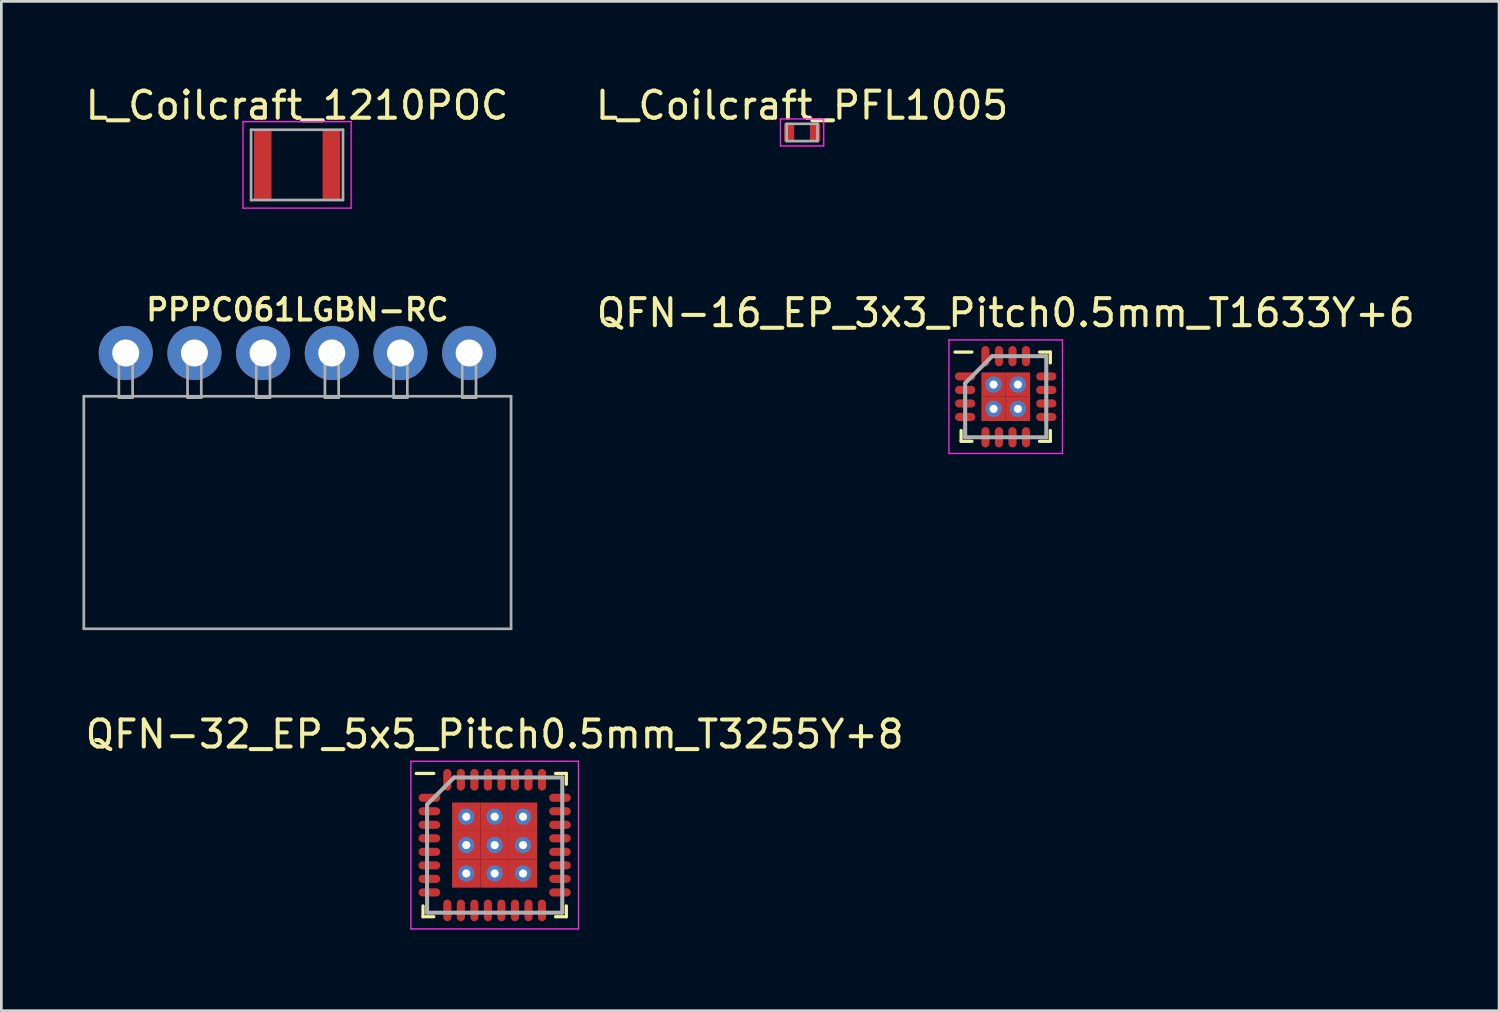
<source format=kicad_pcb>
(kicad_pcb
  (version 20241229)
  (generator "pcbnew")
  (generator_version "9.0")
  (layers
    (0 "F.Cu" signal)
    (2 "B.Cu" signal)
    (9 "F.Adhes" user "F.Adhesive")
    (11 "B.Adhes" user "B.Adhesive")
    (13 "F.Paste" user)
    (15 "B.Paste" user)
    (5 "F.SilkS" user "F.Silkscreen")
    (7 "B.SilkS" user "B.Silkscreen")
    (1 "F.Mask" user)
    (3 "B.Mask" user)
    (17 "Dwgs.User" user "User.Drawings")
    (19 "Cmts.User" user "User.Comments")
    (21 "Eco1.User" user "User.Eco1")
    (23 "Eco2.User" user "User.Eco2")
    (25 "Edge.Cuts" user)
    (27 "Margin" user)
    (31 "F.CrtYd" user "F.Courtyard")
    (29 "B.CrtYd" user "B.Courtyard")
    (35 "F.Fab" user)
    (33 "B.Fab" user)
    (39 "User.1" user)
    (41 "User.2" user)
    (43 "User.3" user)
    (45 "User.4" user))
  (footprint "QFN-16_EP_3x3_Pitch0.5mm_T1633Y+6"
    (layer "F.Cu")
    (at 34.144 11.621)
    (property "Reference" "QFN-16_EP_3x3_Pitch0.5mm_T1633Y+6" (at 0 -3.1 0) (layer "F.SilkS") (effects (font (size 1 1) (thickness 0.15))))
    (attr through_hole)
    (fp_line (start -1.65 1.65) (end -1.65 1.25) (stroke (width 0.12) (type default)) (layer "F.SilkS"))
    (fp_line (start -1.25 -1.65) (end -1.875 -1.65) (stroke (width 0.12) (type default)) (layer "F.SilkS"))
    (fp_line (start -1.25 1.65) (end -1.65 1.65) (stroke (width 0.12) (type default)) (layer "F.SilkS"))
    (fp_line (start 1.25 -1.65) (end 1.65 -1.65) (stroke (width 0.12) (type default)) (layer "F.SilkS"))
    (fp_line (start 1.25 1.65) (end 1.65 1.65) (stroke (width 0.12) (type default)) (layer "F.SilkS"))
    (fp_line (start 1.65 -1.65) (end 1.65 -1.25) (stroke (width 0.12) (type default)) (layer "F.SilkS"))
    (fp_line (start 1.65 1.65) (end 1.65 1.25) (stroke (width 0.12) (type default)) (layer "F.SilkS"))
    (fp_line (start -2.1 -2.1) (end 2.1 -2.1) (stroke (width 0.05) (type default)) (layer "F.CrtYd"))
    (fp_line (start -2.1 2.1) (end -2.1 -2.1) (stroke (width 0.05) (type default)) (layer "F.CrtYd"))
    (fp_line (start 2.1 -2.1) (end 2.1 2.1) (stroke (width 0.05) (type default)) (layer "F.CrtYd"))
    (fp_line (start 2.1 2.1) (end -2.1 2.1) (stroke (width 0.05) (type default)) (layer "F.CrtYd"))
    (fp_line (start -1.5 -0.5) (end -1.5 1.5) (stroke (width 0.15) (type default)) (layer "F.Fab"))
    (fp_line (start -1.5 1.5) (end 1.5 1.5) (stroke (width 0.15) (type default)) (layer "F.Fab"))
    (fp_line (start -0.5 -1.5) (end -1.5 -0.5) (stroke (width 0.15) (type default)) (layer "F.Fab"))
    (fp_line (start 1.5 -1.5) (end -0.5 -1.5) (stroke (width 0.15) (type default)) (layer "F.Fab"))
    (fp_line (start 1.5 1.5) (end 1.5 -1.5) (stroke (width 0.15) (type default)) (layer "F.Fab"))
    (pad "1" smd oval (at -1.5 -0.75 90) (size 0.3 0.75) (layers "F.Cu" "F.Mask" "F.Paste"))
    (pad "2" smd oval (at -1.5 -0.25 90) (size 0.3 0.75) (layers "F.Cu" "F.Mask" "F.Paste"))
    (pad "3" smd oval (at -1.5 0.25 90) (size 0.3 0.75) (layers "F.Cu" "F.Mask" "F.Paste"))
    (pad "4" smd oval (at -1.5 0.75 90) (size 0.3 0.75) (layers "F.Cu" "F.Mask" "F.Paste"))
    (pad "5" smd oval (at -0.75 1.5) (size 0.3 0.75) (layers "F.Cu" "F.Mask" "F.Paste"))
    (pad "6" smd oval (at -0.25 1.5) (size 0.3 0.75) (layers "F.Cu" "F.Mask" "F.Paste"))
    (pad "7" smd oval (at 0.25 1.5) (size 0.3 0.75) (layers "F.Cu" "F.Mask" "F.Paste"))
    (pad "8" smd oval (at 0.75 1.5) (size 0.3 0.75) (layers "F.Cu" "F.Mask" "F.Paste"))
    (pad "9" smd oval (at 1.5 0.75 90) (size 0.3 0.75) (layers "F.Cu" "F.Mask" "F.Paste"))
    (pad "10" smd oval (at 1.5 0.25 90) (size 0.3 0.75) (layers "F.Cu" "F.Mask" "F.Paste"))
    (pad "11" smd oval (at 1.5 -0.25 90) (size 0.3 0.75) (layers "F.Cu" "F.Mask" "F.Paste"))
    (pad "12" smd oval (at 1.5 -0.75 90) (size 0.3 0.75) (layers "F.Cu" "F.Mask" "F.Paste"))
    (pad "13" smd oval (at 0.75 -1.5) (size 0.3 0.75) (layers "F.Cu" "F.Mask" "F.Paste"))
    (pad "14" smd oval (at 0.25 -1.5) (size 0.3 0.75) (layers "F.Cu" "F.Mask" "F.Paste"))
    (pad "15" smd oval (at -0.25 -1.5) (size 0.3 0.75) (layers "F.Cu" "F.Mask" "F.Paste"))
    (pad "16" smd oval (at -0.75 -1.5) (size 0.3 0.75) (layers "F.Cu" "F.Mask" "F.Paste"))
    (pad "17" thru_hole circle (at -0.45 -0.45) (size 0.6 0.6) (drill 0.3) (layers "*.Cu" "*.Mask"))
    (pad "17" smd rect (at -0.45 -0.45) (size 0.9 0.9) (layers "F.Cu" "F.Mask" "F.Paste"))
    (pad "17" thru_hole circle (at -0.45 0.45) (size 0.6 0.6) (drill 0.3) (layers "*.Cu" "*.Mask"))
    (pad "17" smd rect (at -0.45 0.45) (size 0.9 0.9) (layers "F.Cu" "F.Mask" "F.Paste"))
    (pad "17" thru_hole circle (at 0.45 -0.45) (size 0.6 0.6) (drill 0.3) (layers "*.Cu" "*.Mask"))
    (pad "17" smd rect (at 0.45 -0.45) (size 0.9 0.9) (layers "F.Cu" "F.Mask" "F.Paste"))
    (pad "17" thru_hole circle (at 0.45 0.45) (size 0.6 0.6) (drill 0.3) (layers "*.Cu" "*.Mask"))
    (pad "17" smd rect (at 0.45 0.45) (size 0.9 0.9) (layers "F.Cu" "F.Mask" "F.Paste")))
  (footprint "L_Coilcraft_PFL1005"
    (layer "F.Cu")
    (at 26.613 1.848)
    (property "Reference" "L_Coilcraft_PFL1005" (at 0 -1 0) (unlocked yes) (layer "F.SilkS") (effects (font (size 1 1) (thickness 0.15))))
    (attr smd)
    (fp_line (start -0.8 -0.5) (end 0.8 -0.5) (stroke (width 0.05) (type default)) (layer "F.CrtYd"))
    (fp_line (start -0.8 0.5) (end -0.8 -0.5) (stroke (width 0.05) (type default)) (layer "F.CrtYd"))
    (fp_line (start 0.8 -0.5) (end 0.8 0.5) (stroke (width 0.05) (type default)) (layer "F.CrtYd"))
    (fp_line (start 0.8 0.5) (end -0.8 0.5) (stroke (width 0.05) (type default)) (layer "F.CrtYd"))
    (fp_line (start -0.57 -0.32) (end 0.57 -0.32) (stroke (width 0.1) (type default)) (layer "F.Fab"))
    (fp_line (start -0.57 0.32) (end -0.57 -0.32) (stroke (width 0.1) (type default)) (layer "F.Fab"))
    (fp_line (start -0.57 0.32) (end 0.57 0.32) (stroke (width 0.1) (type default)) (layer "F.Fab"))
    (fp_line (start 0.57 -0.32) (end 0.57 0.32) (stroke (width 0.1) (type default)) (layer "F.Fab"))
    (pad "1" smd rect (at -0.48 0 90) (size 0.66 0.38) (layers "F.Cu" "F.Mask" "F.Paste"))
    (pad "2" smd rect (at 0.48 0 90) (size 0.66 0.38) (layers "F.Cu" "F.Mask" "F.Paste")))
  (footprint "QFN-32_EP_5x5_Pitch0.5mm_T3255Y+8"
    (layer "F.Cu")
    (at 15.244 28.203)
    (property "Reference" "QFN-32_EP_5x5_Pitch0.5mm_T3255Y+8" (at 0 -4.1 0) (layer "F.SilkS") (effects (font (size 1 1) (thickness 0.15))))
    (attr through_hole)
    (fp_line (start -2.65 2.65) (end -2.65 2.25) (stroke (width 0.12) (type default)) (layer "F.SilkS"))
    (fp_line (start -2.25 -2.65) (end -2.9 -2.65) (stroke (width 0.12) (type default)) (layer "F.SilkS"))
    (fp_line (start -2.25 2.65) (end -2.65 2.65) (stroke (width 0.12) (type default)) (layer "F.SilkS"))
    (fp_line (start 2.25 -2.65) (end 2.65 -2.65) (stroke (width 0.12) (type default)) (layer "F.SilkS"))
    (fp_line (start 2.25 2.65) (end 2.65 2.65) (stroke (width 0.12) (type default)) (layer "F.SilkS"))
    (fp_line (start 2.65 -2.65) (end 2.65 -2.25) (stroke (width 0.12) (type default)) (layer "F.SilkS"))
    (fp_line (start 2.65 2.65) (end 2.65 2.25) (stroke (width 0.12) (type default)) (layer "F.SilkS"))
    (fp_line (start -3.1 -3.1) (end 3.1 -3.1) (stroke (width 0.05) (type default)) (layer "F.CrtYd"))
    (fp_line (start -3.1 3.1) (end -3.1 -3.1) (stroke (width 0.05) (type default)) (layer "F.CrtYd"))
    (fp_line (start 3.1 -3.1) (end 3.1 3.1) (stroke (width 0.05) (type default)) (layer "F.CrtYd"))
    (fp_line (start 3.1 3.1) (end -3.1 3.1) (stroke (width 0.05) (type default)) (layer "F.CrtYd"))
    (fp_line (start -2.5 -1.5) (end -2.5 2.5) (stroke (width 0.15) (type default)) (layer "F.Fab"))
    (fp_line (start -2.5 2.5) (end 2.5 2.5) (stroke (width 0.15) (type default)) (layer "F.Fab"))
    (fp_line (start -1.5 -2.5) (end -2.5 -1.5) (stroke (width 0.15) (type default)) (layer "F.Fab"))
    (fp_line (start 2.5 -2.5) (end -1.5 -2.5) (stroke (width 0.15) (type default)) (layer "F.Fab"))
    (fp_line (start 2.5 2.5) (end 2.5 -2.5) (stroke (width 0.15) (type default)) (layer "F.Fab"))
    (pad "1" smd oval (at -2.415 -1.75 90) (size 0.3 0.8) (layers "F.Cu" "F.Mask" "F.Paste"))
    (pad "2" smd oval (at -2.415 -1.25 90) (size 0.3 0.8) (layers "F.Cu" "F.Mask" "F.Paste"))
    (pad "3" smd oval (at -2.415 -0.75 90) (size 0.3 0.8) (layers "F.Cu" "F.Mask" "F.Paste"))
    (pad "4" smd oval (at -2.415 -0.25 90) (size 0.3 0.8) (layers "F.Cu" "F.Mask" "F.Paste"))
    (pad "5" smd oval (at -2.415 0.25 90) (size 0.3 0.8) (layers "F.Cu" "F.Mask" "F.Paste"))
    (pad "6" smd oval (at -2.415 0.75 90) (size 0.3 0.8) (layers "F.Cu" "F.Mask" "F.Paste"))
    (pad "7" smd oval (at -2.415 1.25 90) (size 0.3 0.8) (layers "F.Cu" "F.Mask" "F.Paste"))
    (pad "8" smd oval (at -2.415 1.75 90) (size 0.3 0.8) (layers "F.Cu" "F.Mask" "F.Paste"))
    (pad "9" smd oval (at -1.75 2.415) (size 0.3 0.8) (layers "F.Cu" "F.Mask" "F.Paste"))
    (pad "10" smd oval (at -1.25 2.415) (size 0.3 0.8) (layers "F.Cu" "F.Mask" "F.Paste"))
    (pad "11" smd oval (at -0.75 2.415) (size 0.3 0.8) (layers "F.Cu" "F.Mask" "F.Paste"))
    (pad "12" smd oval (at -0.25 2.415) (size 0.3 0.8) (layers "F.Cu" "F.Mask" "F.Paste"))
    (pad "13" smd oval (at 0.25 2.415) (size 0.3 0.8) (layers "F.Cu" "F.Mask" "F.Paste"))
    (pad "14" smd oval (at 0.75 2.415) (size 0.3 0.8) (layers "F.Cu" "F.Mask" "F.Paste"))
    (pad "15" smd oval (at 1.25 2.415) (size 0.3 0.8) (layers "F.Cu" "F.Mask" "F.Paste"))
    (pad "16" smd oval (at 1.75 2.415) (size 0.3 0.8) (layers "F.Cu" "F.Mask" "F.Paste"))
    (pad "17" smd oval (at 2.415 1.75 90) (size 0.3 0.8) (layers "F.Cu" "F.Mask" "F.Paste"))
    (pad "18" smd oval (at 2.415 1.25 90) (size 0.3 0.8) (layers "F.Cu" "F.Mask" "F.Paste"))
    (pad "19" smd oval (at 2.415 0.75 90) (size 0.3 0.8) (layers "F.Cu" "F.Mask" "F.Paste"))
    (pad "20" smd oval (at 2.415 0.25 90) (size 0.3 0.8) (layers "F.Cu" "F.Mask" "F.Paste"))
    (pad "21" smd oval (at 2.415 -0.25 90) (size 0.3 0.8) (layers "F.Cu" "F.Mask" "F.Paste"))
    (pad "22" smd oval (at 2.415 -0.75 90) (size 0.3 0.8) (layers "F.Cu" "F.Mask" "F.Paste"))
    (pad "23" smd oval (at 2.415 -1.25 90) (size 0.3 0.8) (layers "F.Cu" "F.Mask" "F.Paste"))
    (pad "24" smd oval (at 2.415 -1.75 90) (size 0.3 0.8) (layers "F.Cu" "F.Mask" "F.Paste"))
    (pad "25" smd oval (at 1.75 -2.415) (size 0.3 0.8) (layers "F.Cu" "F.Mask" "F.Paste"))
    (pad "26" smd oval (at 1.25 -2.415) (size 0.3 0.8) (layers "F.Cu" "F.Mask" "F.Paste"))
    (pad "27" smd oval (at 0.75 -2.415) (size 0.3 0.8) (layers "F.Cu" "F.Mask" "F.Paste"))
    (pad "28" smd oval (at 0.25 -2.415) (size 0.3 0.8) (layers "F.Cu" "F.Mask" "F.Paste"))
    (pad "29" smd oval (at -0.25 -2.415) (size 0.3 0.8) (layers "F.Cu" "F.Mask" "F.Paste"))
    (pad "30" smd oval (at -0.75 -2.415) (size 0.3 0.8) (layers "F.Cu" "F.Mask" "F.Paste"))
    (pad "31" smd oval (at -1.25 -2.415) (size 0.3 0.8) (layers "F.Cu" "F.Mask" "F.Paste"))
    (pad "32" smd oval (at -1.75 -2.415) (size 0.3 0.8) (layers "F.Cu" "F.Mask" "F.Paste"))
    (pad "33" thru_hole circle (at -1.05 -1.05) (size 0.6 0.6) (drill 0.3) (layers "*.Cu" "*.Mask"))
    (pad "33" smd rect (at -1.05 -1.05) (size 1.05 1.05) (layers "F.Cu" "F.Mask" "F.Paste"))
    (pad "33" thru_hole circle (at -1.05 0) (size 0.6 0.6) (drill 0.3) (layers "*.Cu" "*.Mask"))
    (pad "33" smd rect (at -1.05 0) (size 1.05 1.05) (layers "F.Cu" "F.Mask" "F.Paste"))
    (pad "33" thru_hole circle (at -1.05 1.05) (size 0.6 0.6) (drill 0.3) (layers "*.Cu" "*.Mask"))
    (pad "33" smd rect (at -1.05 1.05) (size 1.05 1.05) (layers "F.Cu" "F.Mask" "F.Paste"))
    (pad "33" thru_hole circle (at 0 -1.05) (size 0.6 0.6) (drill 0.3) (layers "*.Cu" "*.Mask"))
    (pad "33" smd rect (at 0 -1.05) (size 1.05 1.05) (layers "F.Cu" "F.Mask" "F.Paste"))
    (pad "33" thru_hole circle (at 0 0) (size 0.6 0.6) (drill 0.3) (layers "*.Cu" "*.Mask"))
    (pad "33" smd rect (at 0 0) (size 1.05 1.05) (layers "F.Cu" "F.Mask" "F.Paste"))
    (pad "33" thru_hole circle (at 0 1.05) (size 0.6 0.6) (drill 0.3) (layers "*.Cu" "*.Mask"))
    (pad "33" smd rect (at 0 1.05) (size 1.05 1.05) (layers "F.Cu" "F.Mask" "F.Paste"))
    (pad "33" thru_hole circle (at 1.05 -1.05) (size 0.6 0.6) (drill 0.3) (layers "*.Cu" "*.Mask"))
    (pad "33" smd rect (at 1.05 -1.05) (size 1.05 1.05) (layers "F.Cu" "F.Mask" "F.Paste"))
    (pad "33" thru_hole circle (at 1.05 0) (size 0.6 0.6) (drill 0.3) (layers "*.Cu" "*.Mask"))
    (pad "33" smd rect (at 1.05 0) (size 1.05 1.05) (layers "F.Cu" "F.Mask" "F.Paste"))
    (pad "33" thru_hole circle (at 1.05 1.05) (size 0.6 0.6) (drill 0.3) (layers "*.Cu" "*.Mask"))
    (pad "33" smd rect (at 1.05 1.05) (size 1.05 1.05) (layers "F.Cu" "F.Mask" "F.Paste")))
  (footprint "PPPC061LGBN-RC"
    (layer "F.Cu")
    (at 7.95 10.005)
    (property "Reference" "PPPC061LGBN-RC" (at 0 -1.6 0) (unlocked yes) (layer "F.SilkS") (effects (font (size 0.8 0.8) (thickness 0.15) (bold yes))))
    (attr through_hole)
    (fp_line (start -7.9 1.6) (end -7.9 10.2) (stroke (width 0.1) (type default)) (layer "F.Fab"))
    (fp_line (start -7.9 10.2) (end 7.9 10.2) (stroke (width 0.1) (type default)) (layer "F.Fab"))
    (fp_line (start -6.604 0) (end -6.096 0) (stroke (width 0.1) (type default)) (layer "F.Fab"))
    (fp_line (start -6.604 1.651) (end -6.604 0) (stroke (width 0.1) (type default)) (layer "F.Fab"))
    (fp_line (start -6.096 0) (end -6.096 1.651) (stroke (width 0.1) (type default)) (layer "F.Fab"))
    (fp_line (start -6.096 1.651) (end -6.604 1.651) (stroke (width 0.1) (type default)) (layer "F.Fab"))
    (fp_line (start -4.064 0) (end -3.556 0) (stroke (width 0.1) (type default)) (layer "F.Fab"))
    (fp_line (start -4.064 1.651) (end -4.064 0) (stroke (width 0.1) (type default)) (layer "F.Fab"))
    (fp_line (start -3.556 0) (end -3.556 1.651) (stroke (width 0.1) (type default)) (layer "F.Fab"))
    (fp_line (start -3.556 1.651) (end -4.064 1.651) (stroke (width 0.1) (type default)) (layer "F.Fab"))
    (fp_line (start -1.524 0) (end -1.016 0) (stroke (width 0.1) (type default)) (layer "F.Fab"))
    (fp_line (start -1.524 1.651) (end -1.524 0) (stroke (width 0.1) (type default)) (layer "F.Fab"))
    (fp_line (start -1.016 0) (end -1.016 1.651) (stroke (width 0.1) (type default)) (layer "F.Fab"))
    (fp_line (start -1.016 1.651) (end -1.524 1.651) (stroke (width 0.1) (type default)) (layer "F.Fab"))
    (fp_line (start 1.016 0) (end 1.524 0) (stroke (width 0.1) (type default)) (layer "F.Fab"))
    (fp_line (start 1.016 1.651) (end 1.016 0) (stroke (width 0.1) (type default)) (layer "F.Fab"))
    (fp_line (start 1.524 0) (end 1.524 1.651) (stroke (width 0.1) (type default)) (layer "F.Fab"))
    (fp_line (start 1.524 1.651) (end 1.016 1.651) (stroke (width 0.1) (type default)) (layer "F.Fab"))
    (fp_line (start 3.556 0) (end 4.064 0) (stroke (width 0.1) (type default)) (layer "F.Fab"))
    (fp_line (start 3.556 1.651) (end 3.556 0) (stroke (width 0.1) (type default)) (layer "F.Fab"))
    (fp_line (start 4.064 0) (end 4.064 1.651) (stroke (width 0.1) (type default)) (layer "F.Fab"))
    (fp_line (start 4.064 1.651) (end 3.556 1.651) (stroke (width 0.1) (type default)) (layer "F.Fab"))
    (fp_line (start 6.096 0) (end 6.604 0) (stroke (width 0.1) (type default)) (layer "F.Fab"))
    (fp_line (start 6.096 1.651) (end 6.096 0) (stroke (width 0.1) (type default)) (layer "F.Fab"))
    (fp_line (start 6.604 0) (end 6.604 1.651) (stroke (width 0.1) (type default)) (layer "F.Fab"))
    (fp_line (start 6.604 1.651) (end 6.096 1.651) (stroke (width 0.1) (type default)) (layer "F.Fab"))
    (fp_line (start 7.9 1.6) (end -7.9 1.6) (stroke (width 0.1) (type default)) (layer "F.Fab"))
    (fp_line (start 7.9 10.2) (end 7.9 1.6) (stroke (width 0.1) (type default)) (layer "F.Fab"))
    (pad "1" thru_hole circle (at -6.35 0) (size 2 2) (drill 1) (layers "*.Cu" "*.Mask"))
    (pad "2" thru_hole circle (at -3.81 0) (size 2 2) (drill 1) (layers "*.Cu" "*.Mask"))
    (pad "3" thru_hole circle (at -1.27 0) (size 2 2) (drill 1) (layers "*.Cu" "*.Mask"))
    (pad "4" thru_hole circle (at 1.27 0) (size 2 2) (drill 1) (layers "*.Cu" "*.Mask"))
    (pad "5" thru_hole circle (at 3.81 0) (size 2 2) (drill 1) (layers "*.Cu" "*.Mask"))
    (pad "6" thru_hole circle (at 6.35 0) (size 2 2) (drill 1) (layers "*.Cu" "*.Mask")))
  (footprint "L_Coilcraft_1210POC"
    (layer "F.Cu")
    (at 7.935 3.048)
    (property "Reference" "L_Coilcraft_1210POC" (at 0 -2.2 0) (unlocked yes) (layer "F.SilkS") (effects (font (size 1 1) (thickness 0.15))))
    (attr smd)
    (fp_line (start -2 -1.6) (end 2 -1.6) (stroke (width 0.05) (type default)) (layer "F.CrtYd"))
    (fp_line (start -2 1.6) (end -2 -1.6) (stroke (width 0.05) (type default)) (layer "F.CrtYd"))
    (fp_line (start 2 -1.6) (end 2 1.6) (stroke (width 0.05) (type default)) (layer "F.CrtYd"))
    (fp_line (start 2 1.6) (end -2 1.6) (stroke (width 0.05) (type default)) (layer "F.CrtYd"))
    (fp_line (start -1.7 -1.3) (end -1.7 1.3) (stroke (width 0.1) (type default)) (layer "F.Fab"))
    (fp_line (start -1.7 1.3) (end 1.7 1.3) (stroke (width 0.1) (type default)) (layer "F.Fab"))
    (fp_line (start 1.7 -1.3) (end -1.7 -1.3) (stroke (width 0.1) (type default)) (layer "F.Fab"))
    (fp_line (start 1.7 1.3) (end 1.7 -1.3) (stroke (width 0.1) (type default)) (layer "F.Fab"))
    (pad "1" smd rect (at -1.27 0 90) (size 2.65 0.65) (layers "F.Cu" "F.Mask" "F.Paste"))
    (pad "2" smd rect (at 1.27 0 90) (size 2.65 0.65) (layers "F.Cu" "F.Mask" "F.Paste")))
  (gr_rect
    (start -3 -3)
    (end 52.388 34.328)
    (stroke (width 0.1) (type default))
    (fill no)
    (layer "Edge.Cuts")))
</source>
